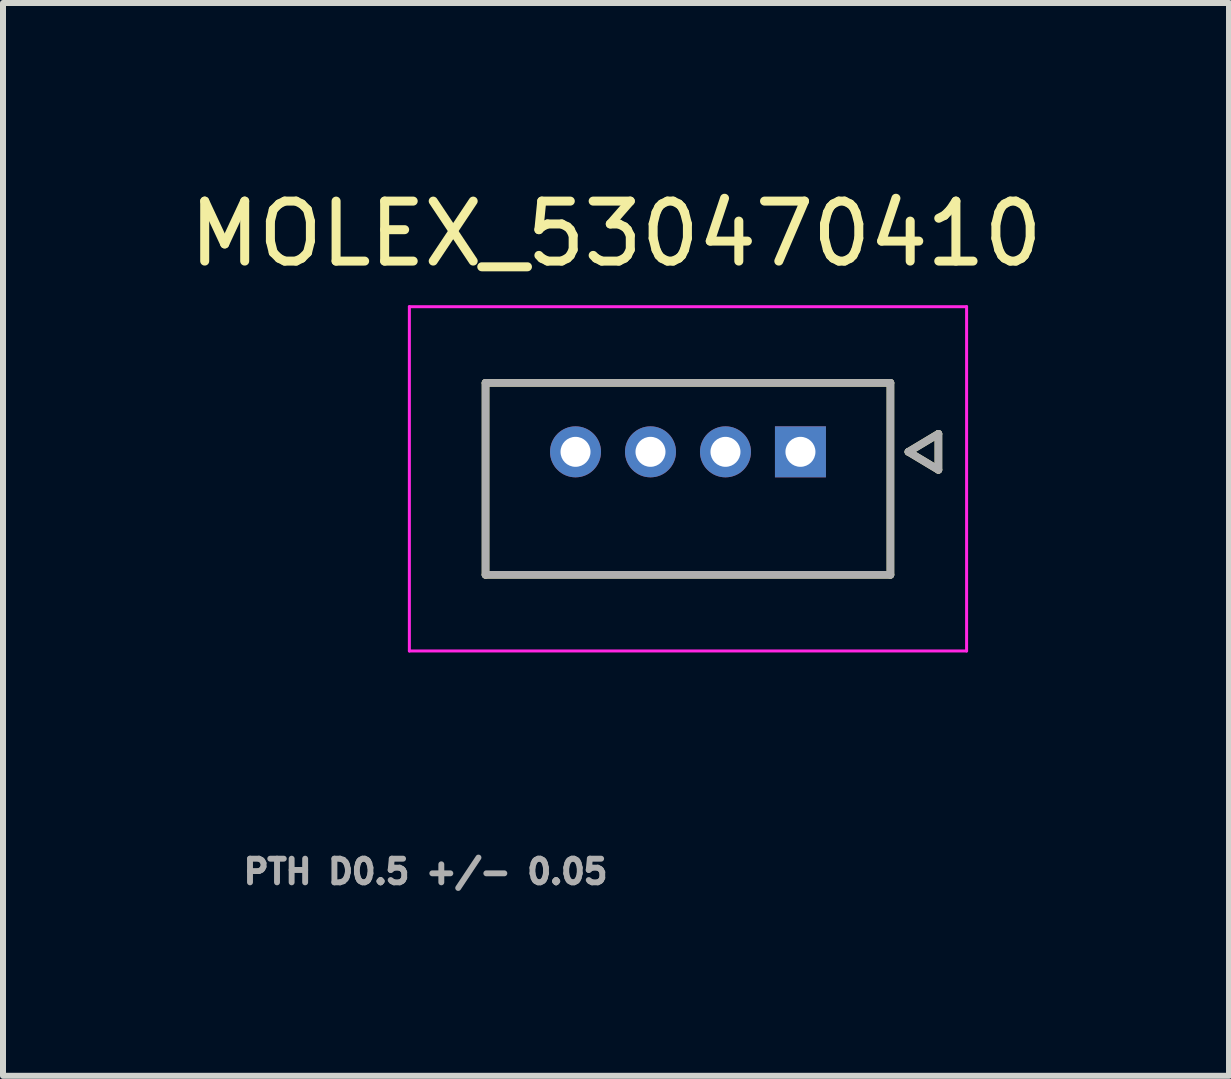
<source format=kicad_pcb>
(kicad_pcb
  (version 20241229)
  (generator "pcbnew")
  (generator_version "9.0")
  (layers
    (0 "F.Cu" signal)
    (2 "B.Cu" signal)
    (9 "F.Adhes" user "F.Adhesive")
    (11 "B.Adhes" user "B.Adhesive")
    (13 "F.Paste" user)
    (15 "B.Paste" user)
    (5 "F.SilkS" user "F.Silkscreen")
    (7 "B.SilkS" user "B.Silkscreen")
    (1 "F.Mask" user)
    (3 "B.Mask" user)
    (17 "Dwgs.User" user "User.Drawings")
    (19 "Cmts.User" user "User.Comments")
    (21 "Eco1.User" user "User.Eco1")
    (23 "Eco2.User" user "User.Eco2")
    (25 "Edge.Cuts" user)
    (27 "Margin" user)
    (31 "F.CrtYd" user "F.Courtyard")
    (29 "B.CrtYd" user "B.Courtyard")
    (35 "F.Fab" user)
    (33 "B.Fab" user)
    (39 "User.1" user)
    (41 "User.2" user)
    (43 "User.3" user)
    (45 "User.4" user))
  (footprint "MOLEX_530470410"
    (layer "F.Cu")
    (at 10.295 4.483)
    (property "Reference" "MOLEX_530470410" (at -3.075 -3.635 0) (layer "F.SilkS") (effects (font (size 1 1) (thickness 0.15))))
    (attr through_hole)
    (fp_circle (center -3.75 0) (end -3.499 0) (stroke (width 0.501) (type solid)) (fill no) (layer "F.Mask"))
    (fp_circle (center -2.5 0) (end -2.249 0) (stroke (width 0.501) (type solid)) (fill no) (layer "F.Mask"))
    (fp_circle (center -1.25 0) (end -0.999 0) (stroke (width 0.501) (type solid)) (fill no) (layer "F.Mask"))
    (fp_poly (pts (xy -0.501 -0.501) (xy 0.501 -0.501) (xy 0.501 0.501) (xy -0.501 0.501)) (stroke (width 0.01) (type solid)) (fill yes) (layer "F.Mask"))
    (fp_circle (center -3.75 0) (end -3.499 0) (stroke (width 0.501) (type solid)) (fill no) (layer "B.Mask"))
    (fp_circle (center -2.5 0) (end -2.249 0) (stroke (width 0.501) (type solid)) (fill no) (layer "B.Mask"))
    (fp_circle (center -1.25 0) (end -0.999 0) (stroke (width 0.501) (type solid)) (fill no) (layer "B.Mask"))
    (fp_poly (pts (xy -0.501 -0.501) (xy 0.501 -0.501) (xy 0.501 0.501) (xy -0.501 0.501)) (stroke (width 0.01) (type solid)) (fill yes) (layer "B.Mask"))
    (fp_line (start -5.25 -1.15) (end 1.5 -1.15) (stroke (width 0.127) (type solid)) (layer "F.SilkS"))
    (fp_line (start -5.25 2.05) (end -5.25 -1.15) (stroke (width 0.127) (type solid)) (layer "F.SilkS"))
    (fp_line (start 1.5 -1.15) (end 1.5 2.05) (stroke (width 0.127) (type solid)) (layer "F.SilkS"))
    (fp_line (start 1.5 2.05) (end -5.25 2.05) (stroke (width 0.127) (type solid)) (layer "F.SilkS"))
    (fp_line (start 1.8 0) (end 2.3 -0.3) (stroke (width 0.127) (type solid)) (layer "F.SilkS"))
    (fp_line (start 2.3 -0.3) (end 2.3 0.3) (stroke (width 0.127) (type solid)) (layer "F.SilkS"))
    (fp_line (start 2.3 0.3) (end 1.8 0) (stroke (width 0.127) (type solid)) (layer "F.SilkS"))
    (fp_line (start -6.52 -2.42) (end 2.77 -2.42) (stroke (width 0.05) (type solid)) (layer "F.CrtYd"))
    (fp_line (start -6.52 3.32) (end -6.52 -2.42) (stroke (width 0.05) (type solid)) (layer "F.CrtYd"))
    (fp_line (start 2.77 -2.42) (end 2.77 3.32) (stroke (width 0.05) (type solid)) (layer "F.CrtYd"))
    (fp_line (start 2.77 3.32) (end -6.52 3.32) (stroke (width 0.05) (type solid)) (layer "F.CrtYd"))
    (fp_line (start -5.25 -1.15) (end 1.5 -1.15) (stroke (width 0.127) (type solid)) (layer "F.Fab"))
    (fp_line (start -5.25 2.05) (end -5.25 -1.15) (stroke (width 0.127) (type solid)) (layer "F.Fab"))
    (fp_line (start 1.5 -1.15) (end 1.5 2.05) (stroke (width 0.127) (type solid)) (layer "F.Fab"))
    (fp_line (start 1.5 2.05) (end -5.25 2.05) (stroke (width 0.127) (type solid)) (layer "F.Fab"))
    (fp_line (start 1.8 0) (end 2.3 -0.3) (stroke (width 0.127) (type solid)) (layer "F.Fab"))
    (fp_line (start 2.3 -0.3) (end 2.3 0.3) (stroke (width 0.127) (type solid)) (layer "F.Fab"))
    (fp_line (start 2.3 0.3) (end 1.8 0) (stroke (width 0.127) (type solid)) (layer "F.Fab"))
    (fp_text user "PTH D0.5 +/- 0.05" (at -6.25 7 0) (layer "F.Fab") (effects (font (size 0.394 0.394) (thickness 0.15))))
    (pad "1" thru_hole rect (at 0 0) (size 0.85 0.85) (drill 0.5) (layers "*.Cu"))
    (pad "2" thru_hole circle (at -1.25 0) (size 0.85 0.85) (drill 0.5) (layers "*.Cu"))
    (pad "3" thru_hole circle (at -2.5 0) (size 0.85 0.85) (drill 0.5) (layers "*.Cu"))
    (pad "4" thru_hole circle (at -3.75 0) (size 0.85 0.85) (drill 0.5) (layers "*.Cu")))
  (gr_rect
    (start -3 -3)
    (end 17.44 14.886)
    (stroke (width 0.1) (type default))
    (fill no)
    (layer "Edge.Cuts")))
</source>
